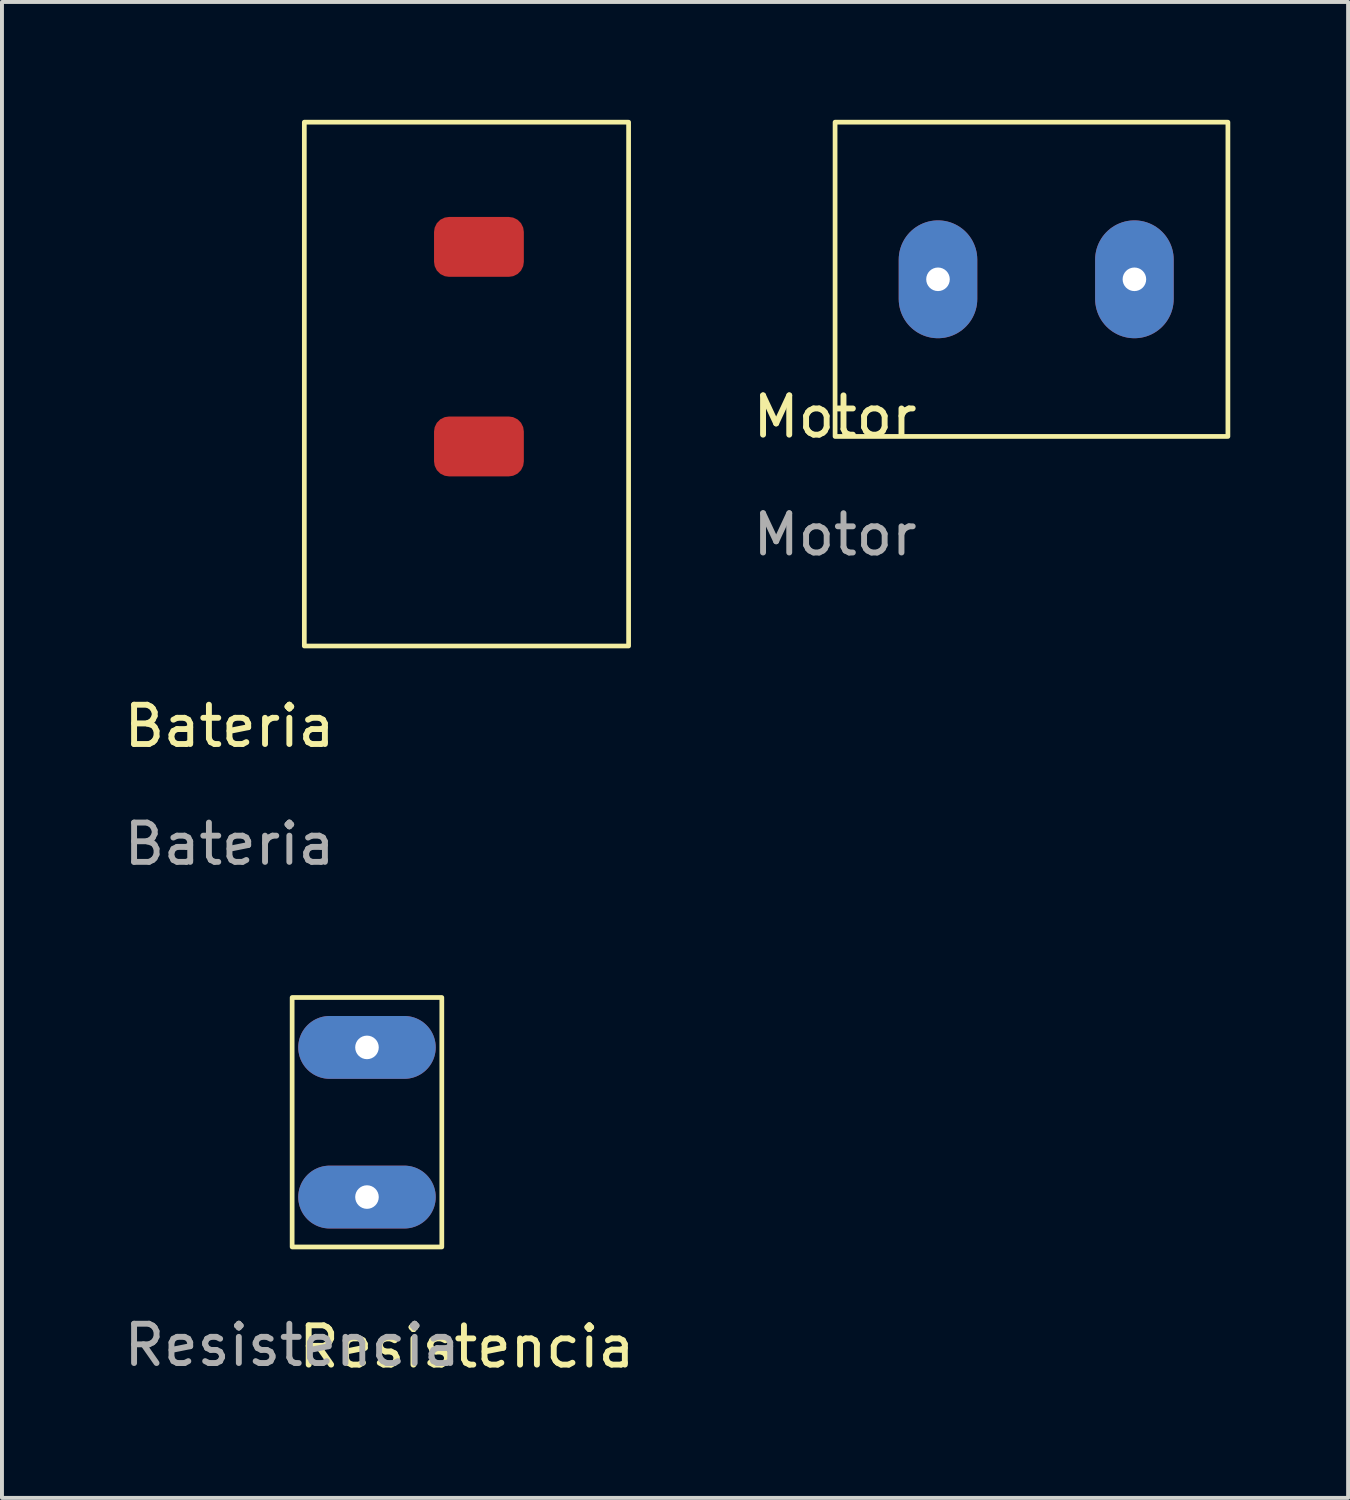
<source format=kicad_pcb>
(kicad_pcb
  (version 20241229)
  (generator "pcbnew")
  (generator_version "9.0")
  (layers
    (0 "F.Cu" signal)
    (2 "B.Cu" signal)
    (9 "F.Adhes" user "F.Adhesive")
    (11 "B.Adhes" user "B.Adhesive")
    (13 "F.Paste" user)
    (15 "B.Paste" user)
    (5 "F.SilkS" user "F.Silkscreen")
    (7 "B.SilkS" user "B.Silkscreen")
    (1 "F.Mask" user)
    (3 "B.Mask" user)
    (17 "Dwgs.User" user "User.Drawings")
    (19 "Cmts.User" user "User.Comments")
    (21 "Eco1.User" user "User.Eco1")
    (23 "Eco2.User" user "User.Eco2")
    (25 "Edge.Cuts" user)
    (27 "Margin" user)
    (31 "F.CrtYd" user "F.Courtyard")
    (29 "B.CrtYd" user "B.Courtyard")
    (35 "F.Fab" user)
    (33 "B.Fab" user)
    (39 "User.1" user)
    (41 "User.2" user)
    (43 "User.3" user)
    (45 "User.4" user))
  (footprint "Bateria"
    (layer "F.Cu")
    (at 2.792 15.935)
    (property "Reference" "Bateria" (at 0 -0.5 0) (unlocked yes) (layer "F.SilkS") (effects (font (size 1 1) (thickness 0.15))))
    (attr smd)
    (fp_rect (start 10.16 -15.875) (end 1.905 -2.54) (stroke (width 0.12) (type solid)) (fill no) (layer "F.SilkS"))
    (fp_text user "${REFERENCE}" (at 0 2.5 0) (unlocked yes) (layer "F.Fab") (effects (font (size 1 1) (thickness 0.15))))
    (pad "1" smd roundrect (at 6.35 -12.7) (size 2.286 1.524) (layers "F.Cu" "F.Mask" "F.Paste") (roundrect_rratio 0.25))
    (pad "2" smd roundrect (at 6.35 -7.62) (size 2.286 1.524) (layers "F.Cu" "F.Mask" "F.Paste") (roundrect_rratio 0.25)))
  (footprint "Resistencia"
    (layer "F.Cu")
    (at 4.387 28.693)
    (property "Reference" "Resistencia" (at 4.445 2.54 0) (unlocked yes) (layer "F.SilkS") (effects (font (size 1 1) (thickness 0.15))))
    (attr smd)
    (fp_rect (start 0 -6.35) (end 3.81 0) (stroke (width 0.12) (type solid)) (fill no) (layer "F.SilkS"))
    (fp_text user "${REFERENCE}" (at 0 2.5 0) (unlocked yes) (layer "F.Fab") (effects (font (size 1 1) (thickness 0.15))))
    (pad "1" thru_hole oval (at 1.905 -5.08) (size 3.5 1.6) (drill 0.6) (layers "*.Cu" "*.Mask"))
    (pad "2" thru_hole oval (at 1.905 -1.27) (size 3.5 1.6) (drill 0.6) (layers "*.Cu" "*.Mask")))
  (footprint "Motor"
    (layer "F.Cu")
    (at 18.208 8.06)
    (property "Reference" "Motor" (at 0 -0.5 0) (unlocked yes) (layer "F.SilkS") (effects (font (size 1 1) (thickness 0.15))))
    (attr smd)
    (fp_rect (start 0 0) (end 10 -8) (stroke (width 0.12) (type solid)) (fill no) (layer "F.SilkS"))
    (fp_text user "${REFERENCE}" (at 0 2.5 0) (unlocked yes) (layer "F.Fab") (effects (font (size 1 1) (thickness 0.15))))
    (pad "1" thru_hole oval (at 2.62 -4 90) (size 3 2) (drill 0.6) (layers "*.Cu" "*.Mask"))
    (pad "2" thru_hole oval (at 7.62 -4 90) (size 3 2) (drill 0.6) (layers "*.Cu" "*.Mask")))
  (gr_rect
    (start -3 -3)
    (end 31.268 35.081)
    (stroke (width 0.1) (type default))
    (fill no)
    (layer "Edge.Cuts")))
</source>
